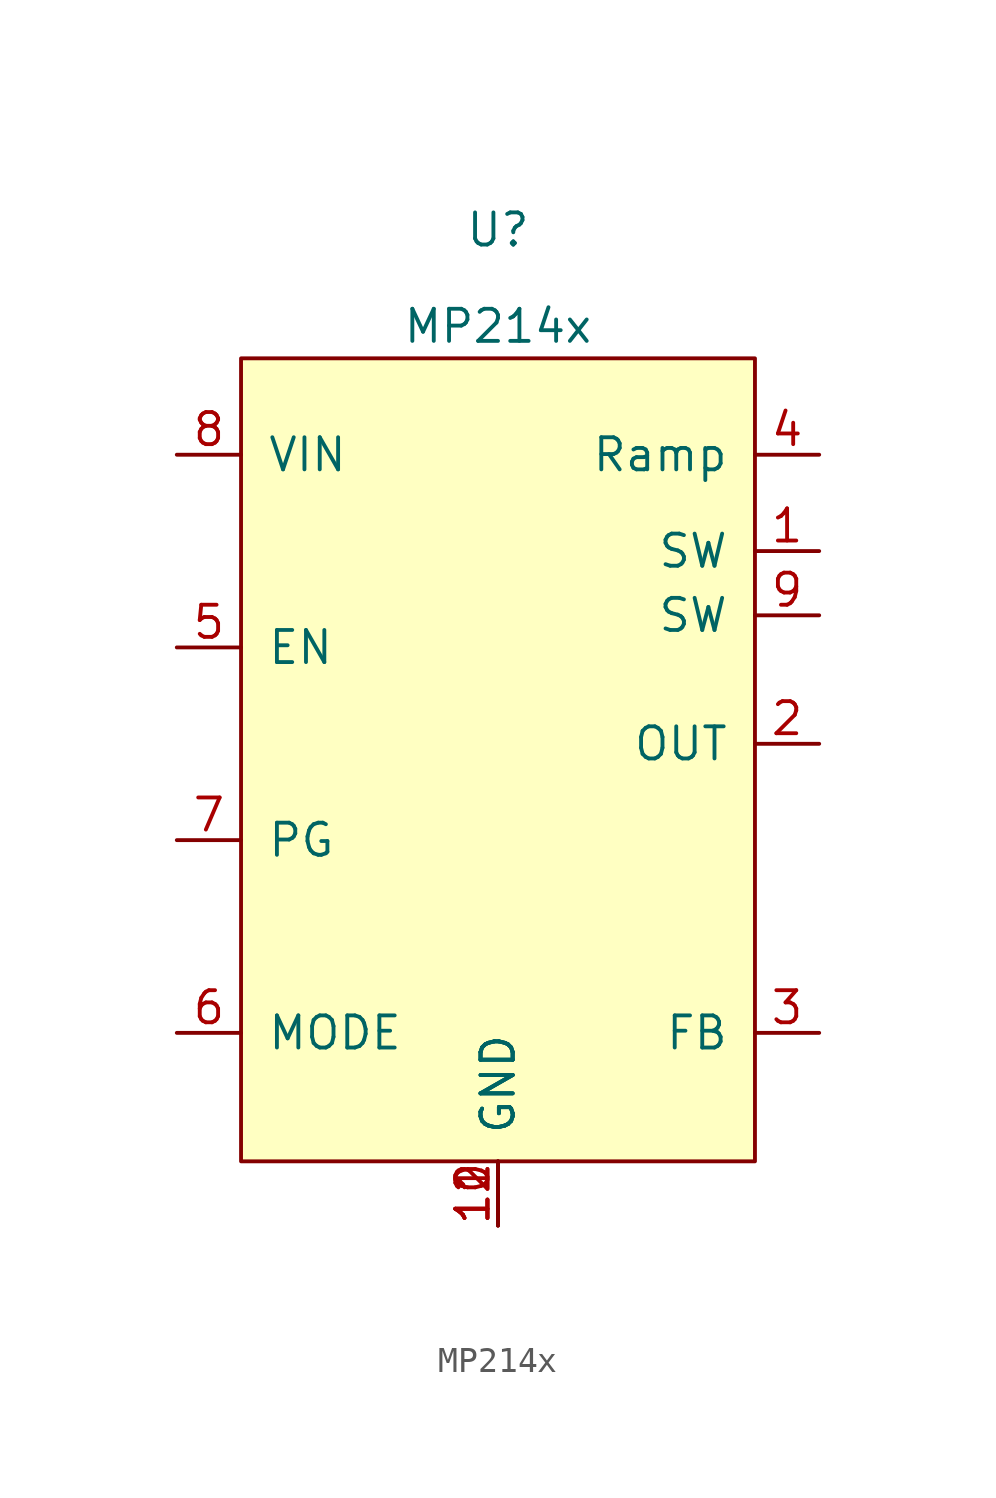
<source format=kicad_sym>
(kicad_symbol_lib
  (version 20211014)
  (generator kicad_symbol_editor)
  (symbol "MP214x"
    (pin_names
      (offset 1.016))
    (property "Reference" "U"
      (at 0 24.13 0)
      (effects (font (size 1.27 1.27))))
    (property "Value" "MP214x"
      (at 0 20.32 0)
      (effects (font (size 1.27 1.27))))
    (symbol "MP214x_0_1"
      (rectangle (start -10.16 19.05) (end 10.16 -12.7) (stroke (width 0) (type default) (color 0 0 0 0)) (fill (type background))))
    (symbol "MP214x_1_1"
      (pin input line (at 12.7 11.43 180) (length 2.54) (name "SW" (effects (font (size 1.27 1.27)))) (number "1" (effects (font (size 1.27 1.27)))))
      (pin input line (at 0 -15.24 90) (length 2.54) (name "GND" (effects (font (size 1.27 1.27)))) (number "10" (effects (font (size 1.27 1.27)))))
      (pin input line (at 0 -15.24 90) (length 2.54) (name "GND" (effects (font (size 1.27 1.27)))) (number "11" (effects (font (size 1.27 1.27)))))
      (pin input line (at 0 -15.24 90) (length 2.54) (name "GND" (effects (font (size 1.27 1.27)))) (number "12" (effects (font (size 1.27 1.27)))))
      (pin input line (at 12.7 3.81 180) (length 2.54) (name "OUT" (effects (font (size 1.27 1.27)))) (number "2" (effects (font (size 1.27 1.27)))))
      (pin input line (at 12.7 -7.62 180) (length 2.54) (name "FB" (effects (font (size 1.27 1.27)))) (number "3" (effects (font (size 1.27 1.27)))))
      (pin input line (at 12.7 15.24 180) (length 2.54) (name "Ramp" (effects (font (size 1.27 1.27)))) (number "4" (effects (font (size 1.27 1.27)))))
      (pin input line (at -12.7 7.62 0) (length 2.54) (name "EN" (effects (font (size 1.27 1.27)))) (number "5" (effects (font (size 1.27 1.27)))))
      (pin input line (at -12.7 -7.62 0) (length 2.54) (name "MODE" (effects (font (size 1.27 1.27)))) (number "6" (effects (font (size 1.27 1.27)))))
      (pin input line (at -12.7 0 0) (length 2.54) (name "PG" (effects (font (size 1.27 1.27)))) (number "7" (effects (font (size 1.27 1.27)))))
      (pin input line (at -12.7 15.24 0) (length 2.54) (name "VIN" (effects (font (size 1.27 1.27)))) (number "8" (effects (font (size 1.27 1.27)))))
      (pin input line (at 12.7 8.89 180) (length 2.54) (name "SW" (effects (font (size 1.27 1.27)))) (number "9" (effects (font (size 1.27 1.27))))))))
</source>
